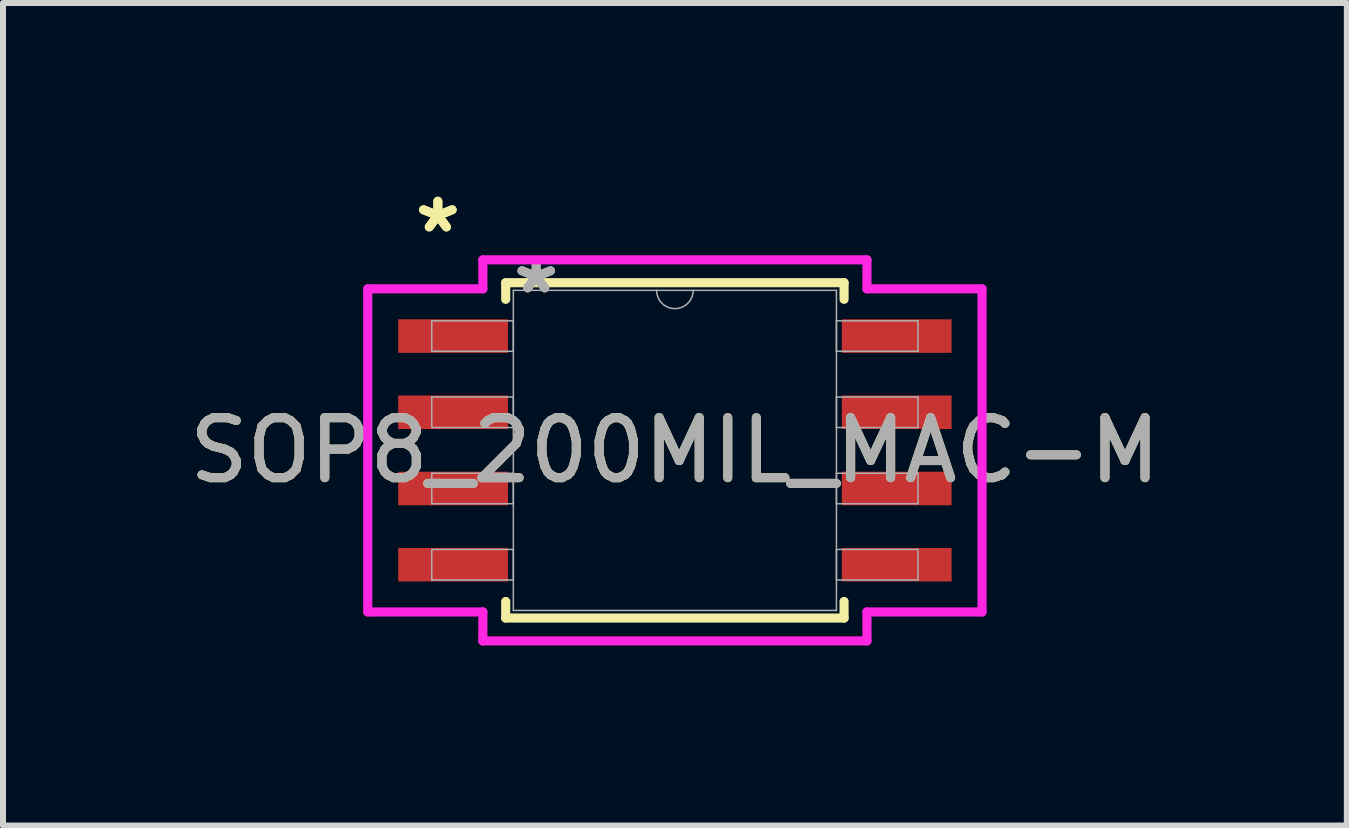
<source format=kicad_pcb>
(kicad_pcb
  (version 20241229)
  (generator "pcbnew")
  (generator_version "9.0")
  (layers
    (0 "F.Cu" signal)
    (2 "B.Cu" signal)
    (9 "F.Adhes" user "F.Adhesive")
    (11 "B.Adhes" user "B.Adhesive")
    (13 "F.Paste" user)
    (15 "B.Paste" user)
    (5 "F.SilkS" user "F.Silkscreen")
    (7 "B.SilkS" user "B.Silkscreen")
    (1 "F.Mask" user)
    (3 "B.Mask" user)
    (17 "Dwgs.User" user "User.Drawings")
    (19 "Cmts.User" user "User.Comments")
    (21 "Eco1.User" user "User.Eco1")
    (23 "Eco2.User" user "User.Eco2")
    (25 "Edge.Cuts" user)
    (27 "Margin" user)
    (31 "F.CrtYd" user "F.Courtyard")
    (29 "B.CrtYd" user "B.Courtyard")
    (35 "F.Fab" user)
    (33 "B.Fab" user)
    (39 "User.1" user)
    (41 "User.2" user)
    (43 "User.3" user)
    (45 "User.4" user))
  (footprint "SOP8_200MIL_MAC-M"
    (layer "F.Cu")
    (at 8.196 4.455)
    (property "Reference" "SOP8_200MIL_MAC-M" (at 0 0 0) (unlocked yes) (layer "F.SilkS") (effects (font (size 1 1) (thickness 0.15))))
    (attr smd)
    (fp_line (start -2.819 -2.794) (end -2.819 -2.517) (stroke (width 0.152) (type solid)) (layer "F.SilkS"))
    (fp_line (start -2.819 2.517) (end -2.819 2.794) (stroke (width 0.152) (type solid)) (layer "F.SilkS"))
    (fp_line (start -2.819 2.794) (end 2.819 2.794) (stroke (width 0.152) (type solid)) (layer "F.SilkS"))
    (fp_line (start 2.819 -2.794) (end -2.819 -2.794) (stroke (width 0.152) (type solid)) (layer "F.SilkS"))
    (fp_line (start 2.819 -2.517) (end 2.819 -2.794) (stroke (width 0.152) (type solid)) (layer "F.SilkS"))
    (fp_line (start 2.819 2.794) (end 2.819 2.517) (stroke (width 0.152) (type solid)) (layer "F.SilkS"))
    (fp_line (start -5.118 -2.692) (end -3.2 -2.692) (stroke (width 0.152) (type solid)) (layer "F.CrtYd"))
    (fp_line (start -5.118 2.692) (end -5.118 -2.692) (stroke (width 0.152) (type solid)) (layer "F.CrtYd"))
    (fp_line (start -5.118 2.692) (end -3.2 2.692) (stroke (width 0.152) (type solid)) (layer "F.CrtYd"))
    (fp_line (start -3.2 -3.175) (end 3.2 -3.175) (stroke (width 0.152) (type solid)) (layer "F.CrtYd"))
    (fp_line (start -3.2 -2.692) (end -3.2 -3.175) (stroke (width 0.152) (type solid)) (layer "F.CrtYd"))
    (fp_line (start -3.2 3.175) (end -3.2 2.692) (stroke (width 0.152) (type solid)) (layer "F.CrtYd"))
    (fp_line (start 3.2 -3.175) (end 3.2 -2.692) (stroke (width 0.152) (type solid)) (layer "F.CrtYd"))
    (fp_line (start 3.2 2.692) (end 3.2 3.175) (stroke (width 0.152) (type solid)) (layer "F.CrtYd"))
    (fp_line (start 3.2 3.175) (end -3.2 3.175) (stroke (width 0.152) (type solid)) (layer "F.CrtYd"))
    (fp_line (start 5.118 -2.692) (end 3.2 -2.692) (stroke (width 0.152) (type solid)) (layer "F.CrtYd"))
    (fp_line (start 5.118 -2.692) (end 5.118 2.692) (stroke (width 0.152) (type solid)) (layer "F.CrtYd"))
    (fp_line (start 5.118 2.692) (end 3.2 2.692) (stroke (width 0.152) (type solid)) (layer "F.CrtYd"))
    (fp_line (start -4.051 -2.159) (end -4.051 -1.651) (stroke (width 0.025) (type solid)) (layer "F.Fab"))
    (fp_line (start -4.051 -1.651) (end -2.692 -1.651) (stroke (width 0.025) (type solid)) (layer "F.Fab"))
    (fp_line (start -4.051 -0.889) (end -4.051 -0.381) (stroke (width 0.025) (type solid)) (layer "F.Fab"))
    (fp_line (start -4.051 -0.381) (end -2.692 -0.381) (stroke (width 0.025) (type solid)) (layer "F.Fab"))
    (fp_line (start -4.051 0.381) (end -4.051 0.889) (stroke (width 0.025) (type solid)) (layer "F.Fab"))
    (fp_line (start -4.051 0.889) (end -2.692 0.889) (stroke (width 0.025) (type solid)) (layer "F.Fab"))
    (fp_line (start -4.051 1.651) (end -4.051 2.159) (stroke (width 0.025) (type solid)) (layer "F.Fab"))
    (fp_line (start -4.051 2.159) (end -2.692 2.159) (stroke (width 0.025) (type solid)) (layer "F.Fab"))
    (fp_line (start -2.692 -2.667) (end -2.692 2.667) (stroke (width 0.025) (type solid)) (layer "F.Fab"))
    (fp_line (start -2.692 -2.159) (end -4.051 -2.159) (stroke (width 0.025) (type solid)) (layer "F.Fab"))
    (fp_line (start -2.692 -1.651) (end -2.692 -2.159) (stroke (width 0.025) (type solid)) (layer "F.Fab"))
    (fp_line (start -2.692 -0.889) (end -4.051 -0.889) (stroke (width 0.025) (type solid)) (layer "F.Fab"))
    (fp_line (start -2.692 -0.381) (end -2.692 -0.889) (stroke (width 0.025) (type solid)) (layer "F.Fab"))
    (fp_line (start -2.692 0.381) (end -4.051 0.381) (stroke (width 0.025) (type solid)) (layer "F.Fab"))
    (fp_line (start -2.692 0.889) (end -2.692 0.381) (stroke (width 0.025) (type solid)) (layer "F.Fab"))
    (fp_line (start -2.692 1.651) (end -4.051 1.651) (stroke (width 0.025) (type solid)) (layer "F.Fab"))
    (fp_line (start -2.692 2.159) (end -2.692 1.651) (stroke (width 0.025) (type solid)) (layer "F.Fab"))
    (fp_line (start -2.692 2.667) (end 2.692 2.667) (stroke (width 0.025) (type solid)) (layer "F.Fab"))
    (fp_line (start 2.692 -2.667) (end -2.692 -2.667) (stroke (width 0.025) (type solid)) (layer "F.Fab"))
    (fp_line (start 2.692 -2.159) (end 2.692 -1.651) (stroke (width 0.025) (type solid)) (layer "F.Fab"))
    (fp_line (start 2.692 -1.651) (end 4.051 -1.651) (stroke (width 0.025) (type solid)) (layer "F.Fab"))
    (fp_line (start 2.692 -0.889) (end 2.692 -0.381) (stroke (width 0.025) (type solid)) (layer "F.Fab"))
    (fp_line (start 2.692 -0.381) (end 4.051 -0.381) (stroke (width 0.025) (type solid)) (layer "F.Fab"))
    (fp_line (start 2.692 0.381) (end 2.692 0.889) (stroke (width 0.025) (type solid)) (layer "F.Fab"))
    (fp_line (start 2.692 0.889) (end 4.051 0.889) (stroke (width 0.025) (type solid)) (layer "F.Fab"))
    (fp_line (start 2.692 1.651) (end 2.692 2.159) (stroke (width 0.025) (type solid)) (layer "F.Fab"))
    (fp_line (start 2.692 2.159) (end 4.051 2.159) (stroke (width 0.025) (type solid)) (layer "F.Fab"))
    (fp_line (start 2.692 2.667) (end 2.692 -2.667) (stroke (width 0.025) (type solid)) (layer "F.Fab"))
    (fp_line (start 4.051 -2.159) (end 2.692 -2.159) (stroke (width 0.025) (type solid)) (layer "F.Fab"))
    (fp_line (start 4.051 -1.651) (end 4.051 -2.159) (stroke (width 0.025) (type solid)) (layer "F.Fab"))
    (fp_line (start 4.051 -0.889) (end 2.692 -0.889) (stroke (width 0.025) (type solid)) (layer "F.Fab"))
    (fp_line (start 4.051 -0.381) (end 4.051 -0.889) (stroke (width 0.025) (type solid)) (layer "F.Fab"))
    (fp_line (start 4.051 0.381) (end 2.692 0.381) (stroke (width 0.025) (type solid)) (layer "F.Fab"))
    (fp_line (start 4.051 0.889) (end 4.051 0.381) (stroke (width 0.025) (type solid)) (layer "F.Fab"))
    (fp_line (start 4.051 1.651) (end 2.692 1.651) (stroke (width 0.025) (type solid)) (layer "F.Fab"))
    (fp_line (start 4.051 2.159) (end 4.051 1.651) (stroke (width 0.025) (type solid)) (layer "F.Fab"))
    (fp_arc (start 0.3048 -2.667) (mid 0 -2.3622) (end -0.3048 -2.667) (stroke (width 0.0254) (type solid)) (layer "F.Fab"))
    (fp_text user "*" (at -3.95 -3.607 0) (layer "F.SilkS") (effects (font (size 1 1) (thickness 0.15))))
    (fp_text user "*" (at -3.95 -3.607 0) (unlocked yes) (layer "F.SilkS") (effects (font (size 1 1) (thickness 0.15))))
    (fp_text user "*" (at -2.311 -2.591 0) (layer "F.Fab") (effects (font (size 1 1) (thickness 0.15))))
    (fp_text user "${REFERENCE}" (at 0 0 0) (unlocked yes) (layer "F.Fab") (effects (font (size 1 1) (thickness 0.15))))
    (fp_text user "*" (at -2.311 -2.591 0) (unlocked yes) (layer "F.Fab") (effects (font (size 1 1) (thickness 0.15))))
    (pad "1" smd rect (at -3.696 -1.905) (size 1.829 0.559) (layers "F.Cu" "F.Mask" "F.Paste"))
    (pad "2" smd rect (at -3.696 -0.635) (size 1.829 0.559) (layers "F.Cu" "F.Mask" "F.Paste"))
    (pad "3" smd rect (at -3.696 0.635) (size 1.829 0.559) (layers "F.Cu" "F.Mask" "F.Paste"))
    (pad "4" smd rect (at -3.696 1.905) (size 1.829 0.559) (layers "F.Cu" "F.Mask" "F.Paste"))
    (pad "5" smd rect (at 3.696 1.905) (size 1.829 0.559) (layers "F.Cu" "F.Mask" "F.Paste"))
    (pad "6" smd rect (at 3.696 0.635) (size 1.829 0.559) (layers "F.Cu" "F.Mask" "F.Paste"))
    (pad "7" smd rect (at 3.696 -0.635) (size 1.829 0.559) (layers "F.Cu" "F.Mask" "F.Paste"))
    (pad "8" smd rect (at 3.696 -1.905) (size 1.829 0.559) (layers "F.Cu" "F.Mask" "F.Paste")))
  (gr_rect
    (start -3 -3)
    (end 19.393 10.706)
    (stroke (width 0.1) (type default))
    (fill no)
    (layer "Edge.Cuts")))
</source>
